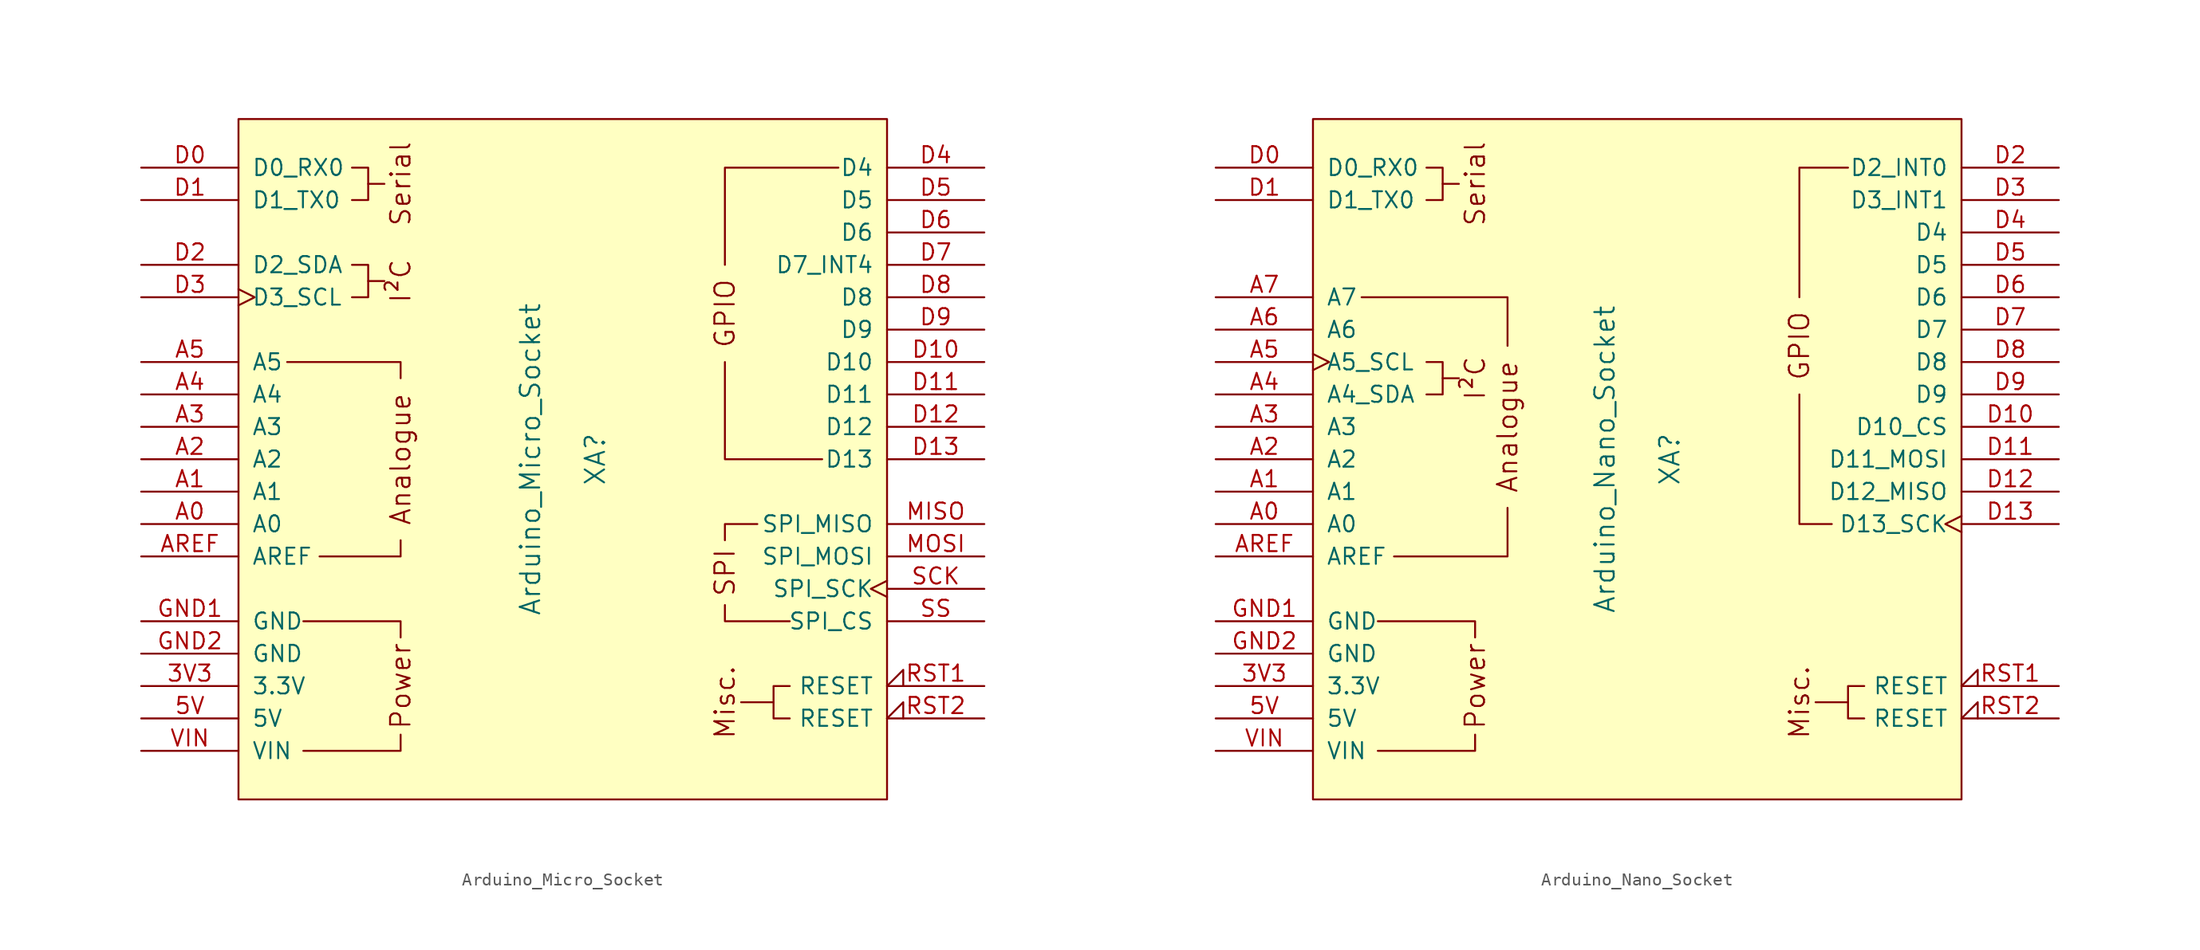
<source format=kicad_sym>
(kicad_symbol_lib
  (version 20211014)
  (generator kicad_symbol_editor)
  (symbol "Arduino_Micro_Socket"
    (pin_names
      (offset 1.016))
    (property "Reference" "XA"
      (at 2.54 0 90)
      (effects (font (size 1.524 1.524))))
    (property "Value" "Arduino_Micro_Socket"
      (at -2.54 0 90)
      (effects (font (size 1.524 1.524))))
    (symbol "Arduino_Micro_Socket_0_0"
      (rectangle (start -25.4 26.67) (end 25.4 -26.67) (stroke (width 0) (type default) (color 0 0 0 0)) (fill (type background)))
      (polyline (pts (xy -15.24 13.97) (xy -13.97 13.97)) (stroke (width 0) (type default) (color 0 0 0 0)) (fill (type none)))
      (polyline (pts (xy -15.24 21.59) (xy -13.97 21.59)) (stroke (width 0) (type default) (color 0 0 0 0)) (fill (type none)))
      (polyline (pts (xy 16.51 -19.05) (xy 13.97 -19.05)) (stroke (width 0) (type default) (color 0 0 0 0)) (fill (type none)))
      (polyline (pts (xy -20.32 -22.86) (xy -12.7 -22.86) (xy -12.7 -21.59)) (stroke (width 0) (type default) (color 0 0 0 0)) (fill (type none)))
      (polyline (pts (xy -12.7 -13.97) (xy -12.7 -12.7) (xy -20.32 -12.7)) (stroke (width 0) (type default) (color 0 0 0 0)) (fill (type none)))
      (polyline (pts (xy -12.7 -6.35) (xy -12.7 -7.62) (xy -19.05 -7.62)) (stroke (width 0) (type default) (color 0 0 0 0)) (fill (type none)))
      (polyline (pts (xy -12.7 6.35) (xy -12.7 7.62) (xy -21.59 7.62)) (stroke (width 0) (type default) (color 0 0 0 0)) (fill (type none)))
      (polyline (pts (xy 12.7 -11.43) (xy 12.7 -12.7) (xy 17.78 -12.7)) (stroke (width 0) (type default) (color 0 0 0 0)) (fill (type none)))
      (polyline (pts (xy 12.7 7.62) (xy 12.7 0) (xy 20.32 0)) (stroke (width 0) (type default) (color 0 0 0 0)) (fill (type none)))
      (polyline (pts (xy 15.24 -5.08) (xy 12.7 -5.08) (xy 12.7 -6.35)) (stroke (width 0) (type default) (color 0 0 0 0)) (fill (type none)))
      (polyline (pts (xy 21.59 22.86) (xy 12.7 22.86) (xy 12.7 15.24)) (stroke (width 0) (type default) (color 0 0 0 0)) (fill (type none)))
      (polyline (pts (xy -16.51 15.24) (xy -15.24 15.24) (xy -15.24 12.7) (xy -16.51 12.7)) (stroke (width 0) (type default) (color 0 0 0 0)) (fill (type none)))
      (polyline (pts (xy -16.51 22.86) (xy -15.24 22.86) (xy -15.24 20.32) (xy -16.51 20.32)) (stroke (width 0) (type default) (color 0 0 0 0)) (fill (type none)))
      (text "Analogue" (at -12.7 0 900) (effects (font (size 1.524 1.524))))
      (text "I²C" (at -12.7 13.97 900) (effects (font (size 1.524 1.524))))
      (text "Misc." (at 12.7 -19.05 900) (effects (font (size 1.524 1.524))))
      (text "Power" (at -12.7 -17.78 900) (effects (font (size 1.524 1.524))))
      (text "Serial" (at -12.7 21.59 900) (effects (font (size 1.524 1.524))))
      (text "SPI" (at 12.7 -8.89 900) (effects (font (size 1.524 1.524)))))
    (symbol "Arduino_Micro_Socket_0_1"
      (polyline (pts (xy 17.78 -17.78) (xy 16.51 -17.78) (xy 16.51 -20.32) (xy 17.78 -20.32)) (stroke (width 0) (type default) (color 0 0 0 0)) (fill (type none))))
    (symbol "Arduino_Micro_Socket_1_0"
      (text "GPIO" (at 12.7 11.43 900) (effects (font (size 1.524 1.524)))))
    (symbol "Arduino_Micro_Socket_1_1"
      (pin power_in line (at -33.02 -17.78 0) (length 7.62) (name "3.3V" (effects (font (size 1.27 1.27)))) (number "3V3" (effects (font (size 1.27 1.27)))))
      (pin power_in line (at -33.02 -20.32 0) (length 7.62) (name "5V" (effects (font (size 1.27 1.27)))) (number "5V" (effects (font (size 1.27 1.27)))))
      (pin bidirectional line (at -33.02 -5.08 0) (length 7.62) (name "A0" (effects (font (size 1.27 1.27)))) (number "A0" (effects (font (size 1.27 1.27)))))
      (pin bidirectional line (at -33.02 -2.54 0) (length 7.62) (name "A1" (effects (font (size 1.27 1.27)))) (number "A1" (effects (font (size 1.27 1.27)))))
      (pin bidirectional line (at -33.02 0 0) (length 7.62) (name "A2" (effects (font (size 1.27 1.27)))) (number "A2" (effects (font (size 1.27 1.27)))))
      (pin bidirectional line (at -33.02 2.54 0) (length 7.62) (name "A3" (effects (font (size 1.27 1.27)))) (number "A3" (effects (font (size 1.27 1.27)))))
      (pin bidirectional line (at -33.02 5.08 0) (length 7.62) (name "A4" (effects (font (size 1.27 1.27)))) (number "A4" (effects (font (size 1.27 1.27)))))
      (pin bidirectional line (at -33.02 7.62 0) (length 7.62) (name "A5" (effects (font (size 1.27 1.27)))) (number "A5" (effects (font (size 1.27 1.27)))))
      (pin input line (at -33.02 -7.62 0) (length 7.62) (name "AREF" (effects (font (size 1.27 1.27)))) (number "AREF" (effects (font (size 1.27 1.27)))))
      (pin bidirectional line (at -33.02 22.86 0) (length 7.62) (name "D0_RX0" (effects (font (size 1.27 1.27)))) (number "D0" (effects (font (size 1.27 1.27)))))
      (pin bidirectional line (at -33.02 20.32 0) (length 7.62) (name "D1_TX0" (effects (font (size 1.27 1.27)))) (number "D1" (effects (font (size 1.27 1.27)))))
      (pin bidirectional line (at 33.02 7.62 180) (length 7.62) (name "D10" (effects (font (size 1.27 1.27)))) (number "D10" (effects (font (size 1.27 1.27)))))
      (pin bidirectional line (at 33.02 5.08 180) (length 7.62) (name "D11" (effects (font (size 1.27 1.27)))) (number "D11" (effects (font (size 1.27 1.27)))))
      (pin bidirectional line (at 33.02 2.54 180) (length 7.62) (name "D12" (effects (font (size 1.27 1.27)))) (number "D12" (effects (font (size 1.27 1.27)))))
      (pin bidirectional line (at 33.02 0 180) (length 7.62) (name "D13" (effects (font (size 1.27 1.27)))) (number "D13" (effects (font (size 1.27 1.27)))))
      (pin bidirectional line (at -33.02 15.24 0) (length 7.62) (name "D2_SDA" (effects (font (size 1.27 1.27)))) (number "D2" (effects (font (size 1.27 1.27)))))
      (pin bidirectional clock (at -33.02 12.7 0) (length 7.62) (name "D3_SCL" (effects (font (size 1.27 1.27)))) (number "D3" (effects (font (size 1.27 1.27)))))
      (pin bidirectional line (at 33.02 22.86 180) (length 7.62) (name "D4" (effects (font (size 1.27 1.27)))) (number "D4" (effects (font (size 1.27 1.27)))))
      (pin bidirectional line (at 33.02 20.32 180) (length 7.62) (name "D5" (effects (font (size 1.27 1.27)))) (number "D5" (effects (font (size 1.27 1.27)))))
      (pin bidirectional line (at 33.02 17.78 180) (length 7.62) (name "D6" (effects (font (size 1.27 1.27)))) (number "D6" (effects (font (size 1.27 1.27)))))
      (pin bidirectional line (at 33.02 15.24 180) (length 7.62) (name "D7_INT4" (effects (font (size 1.27 1.27)))) (number "D7" (effects (font (size 1.27 1.27)))))
      (pin bidirectional line (at 33.02 12.7 180) (length 7.62) (name "D8" (effects (font (size 1.27 1.27)))) (number "D8" (effects (font (size 1.27 1.27)))))
      (pin bidirectional line (at 33.02 10.16 180) (length 7.62) (name "D9" (effects (font (size 1.27 1.27)))) (number "D9" (effects (font (size 1.27 1.27)))))
      (pin power_in line (at -33.02 -12.7 0) (length 7.62) (name "GND" (effects (font (size 1.27 1.27)))) (number "GND1" (effects (font (size 1.27 1.27)))))
      (pin power_in line (at -33.02 -15.24 0) (length 7.62) (name "GND" (effects (font (size 1.27 1.27)))) (number "GND2" (effects (font (size 1.27 1.27)))))
      (pin input line (at 33.02 -5.08 180) (length 7.62) (name "SPI_MISO" (effects (font (size 1.27 1.27)))) (number "MISO" (effects (font (size 1.27 1.27)))))
      (pin output line (at 33.02 -7.62 180) (length 7.62) (name "SPI_MOSI" (effects (font (size 1.27 1.27)))) (number "MOSI" (effects (font (size 1.27 1.27)))))
      (pin open_collector input_low (at 33.02 -17.78 180) (length 7.62) (name "RESET" (effects (font (size 1.27 1.27)))) (number "RST1" (effects (font (size 1.27 1.27)))))
      (pin open_collector input_low (at 33.02 -20.32 180) (length 7.62) (name "RESET" (effects (font (size 1.27 1.27)))) (number "RST2" (effects (font (size 1.27 1.27)))))
      (pin output clock (at 33.02 -10.16 180) (length 7.62) (name "SPI_SCK" (effects (font (size 1.27 1.27)))) (number "SCK" (effects (font (size 1.27 1.27)))))
      (pin bidirectional line (at 33.02 -12.7 180) (length 7.62) (name "SPI_CS" (effects (font (size 1.27 1.27)))) (number "SS" (effects (font (size 1.27 1.27)))))
      (pin power_in line (at -33.02 -22.86 0) (length 7.62) (name "VIN" (effects (font (size 1.27 1.27)))) (number "VIN" (effects (font (size 1.27 1.27)))))))
  (symbol "Arduino_Nano_Socket"
    (pin_names
      (offset 1.016))
    (property "Reference" "XA"
      (at 2.54 0 90)
      (effects (font (size 1.524 1.524))))
    (property "Value" "Arduino_Nano_Socket"
      (at -2.54 0 90)
      (effects (font (size 1.524 1.524))))
    (symbol "Arduino_Nano_Socket_0_0"
      (rectangle (start -25.4 26.67) (end 25.4 -26.67) (stroke (width 0) (type default) (color 0 0 0 0)) (fill (type background)))
      (polyline (pts (xy -15.24 6.35) (xy -13.97 6.35)) (stroke (width 0) (type default) (color 0 0 0 0)) (fill (type none)))
      (polyline (pts (xy -15.24 21.59) (xy -13.97 21.59)) (stroke (width 0) (type default) (color 0 0 0 0)) (fill (type none)))
      (polyline (pts (xy 16.51 -19.05) (xy 13.97 -19.05)) (stroke (width 0) (type default) (color 0 0 0 0)) (fill (type none)))
      (polyline (pts (xy -20.32 -22.86) (xy -12.7 -22.86) (xy -12.7 -21.59)) (stroke (width 0) (type default) (color 0 0 0 0)) (fill (type none)))
      (polyline (pts (xy -12.7 -13.97) (xy -12.7 -12.7) (xy -20.32 -12.7)) (stroke (width 0) (type default) (color 0 0 0 0)) (fill (type none)))
      (polyline (pts (xy -16.51 7.62) (xy -15.24 7.62) (xy -15.24 5.08) (xy -16.51 5.08)) (stroke (width 0) (type default) (color 0 0 0 0)) (fill (type none)))
      (polyline (pts (xy -16.51 22.86) (xy -15.24 22.86) (xy -15.24 20.32) (xy -16.51 20.32)) (stroke (width 0) (type default) (color 0 0 0 0)) (fill (type none)))
      (text "Analogue" (at -10.16 2.54 900) (effects (font (size 1.524 1.524))))
      (text "I²C" (at -12.7 6.35 900) (effects (font (size 1.524 1.524))))
      (text "Misc." (at 12.7 -19.05 900) (effects (font (size 1.524 1.524))))
      (text "Power" (at -12.7 -17.78 900) (effects (font (size 1.524 1.524))))
      (text "Serial" (at -12.7 21.59 900) (effects (font (size 1.524 1.524)))))
    (symbol "Arduino_Nano_Socket_0_1"
      (polyline (pts (xy -21.59 12.7) (xy -10.16 12.7) (xy -10.16 8.89)) (stroke (width 0) (type default) (color 0 0 0 0)) (fill (type none)))
      (polyline (pts (xy -19.05 -7.62) (xy -10.16 -7.62) (xy -10.16 -3.81)) (stroke (width 0) (type default) (color 0 0 0 0)) (fill (type none)))
      (polyline (pts (xy 15.24 -5.08) (xy 12.7 -5.08) (xy 12.7 5.08)) (stroke (width 0) (type default) (color 0 0 0 0)) (fill (type none)))
      (polyline (pts (xy 16.51 22.86) (xy 12.7 22.86) (xy 12.7 12.7)) (stroke (width 0) (type default) (color 0 0 0 0)) (fill (type none)))
      (polyline (pts (xy 17.78 -17.78) (xy 16.51 -17.78) (xy 16.51 -20.32) (xy 17.78 -20.32)) (stroke (width 0) (type default) (color 0 0 0 0)) (fill (type none))))
    (symbol "Arduino_Nano_Socket_1_0"
      (text "GPIO" (at 12.7 8.89 900) (effects (font (size 1.524 1.524)))))
    (symbol "Arduino_Nano_Socket_1_1"
      (pin power_in line (at -33.02 -17.78 0) (length 7.62) (name "3.3V" (effects (font (size 1.27 1.27)))) (number "3V3" (effects (font (size 1.27 1.27)))))
      (pin power_in line (at -33.02 -20.32 0) (length 7.62) (name "5V" (effects (font (size 1.27 1.27)))) (number "5V" (effects (font (size 1.27 1.27)))))
      (pin bidirectional line (at -33.02 -5.08 0) (length 7.62) (name "A0" (effects (font (size 1.27 1.27)))) (number "A0" (effects (font (size 1.27 1.27)))))
      (pin bidirectional line (at -33.02 -2.54 0) (length 7.62) (name "A1" (effects (font (size 1.27 1.27)))) (number "A1" (effects (font (size 1.27 1.27)))))
      (pin bidirectional line (at -33.02 0 0) (length 7.62) (name "A2" (effects (font (size 1.27 1.27)))) (number "A2" (effects (font (size 1.27 1.27)))))
      (pin bidirectional line (at -33.02 2.54 0) (length 7.62) (name "A3" (effects (font (size 1.27 1.27)))) (number "A3" (effects (font (size 1.27 1.27)))))
      (pin bidirectional line (at -33.02 5.08 0) (length 7.62) (name "A4_SDA" (effects (font (size 1.27 1.27)))) (number "A4" (effects (font (size 1.27 1.27)))))
      (pin bidirectional clock (at -33.02 7.62 0) (length 7.62) (name "A5_SCL" (effects (font (size 1.27 1.27)))) (number "A5" (effects (font (size 1.27 1.27)))))
      (pin input line (at -33.02 10.16 0) (length 7.62) (name "A6" (effects (font (size 1.27 1.27)))) (number "A6" (effects (font (size 1.27 1.27)))))
      (pin input line (at -33.02 12.7 0) (length 7.62) (name "A7" (effects (font (size 1.27 1.27)))) (number "A7" (effects (font (size 1.27 1.27)))))
      (pin input line (at -33.02 -7.62 0) (length 7.62) (name "AREF" (effects (font (size 1.27 1.27)))) (number "AREF" (effects (font (size 1.27 1.27)))))
      (pin bidirectional line (at -33.02 22.86 0) (length 7.62) (name "D0_RX0" (effects (font (size 1.27 1.27)))) (number "D0" (effects (font (size 1.27 1.27)))))
      (pin bidirectional line (at -33.02 20.32 0) (length 7.62) (name "D1_TX0" (effects (font (size 1.27 1.27)))) (number "D1" (effects (font (size 1.27 1.27)))))
      (pin bidirectional line (at 33.02 2.54 180) (length 7.62) (name "D10_CS" (effects (font (size 1.27 1.27)))) (number "D10" (effects (font (size 1.27 1.27)))))
      (pin bidirectional line (at 33.02 0 180) (length 7.62) (name "D11_MOSI" (effects (font (size 1.27 1.27)))) (number "D11" (effects (font (size 1.27 1.27)))))
      (pin bidirectional line (at 33.02 -2.54 180) (length 7.62) (name "D12_MISO" (effects (font (size 1.27 1.27)))) (number "D12" (effects (font (size 1.27 1.27)))))
      (pin bidirectional clock (at 33.02 -5.08 180) (length 7.62) (name "D13_SCK" (effects (font (size 1.27 1.27)))) (number "D13" (effects (font (size 1.27 1.27)))))
      (pin bidirectional line (at 33.02 22.86 180) (length 7.62) (name "D2_INT0" (effects (font (size 1.27 1.27)))) (number "D2" (effects (font (size 1.27 1.27)))))
      (pin bidirectional line (at 33.02 20.32 180) (length 7.62) (name "D3_INT1" (effects (font (size 1.27 1.27)))) (number "D3" (effects (font (size 1.27 1.27)))))
      (pin bidirectional line (at 33.02 17.78 180) (length 7.62) (name "D4" (effects (font (size 1.27 1.27)))) (number "D4" (effects (font (size 1.27 1.27)))))
      (pin bidirectional line (at 33.02 15.24 180) (length 7.62) (name "D5" (effects (font (size 1.27 1.27)))) (number "D5" (effects (font (size 1.27 1.27)))))
      (pin bidirectional line (at 33.02 12.7 180) (length 7.62) (name "D6" (effects (font (size 1.27 1.27)))) (number "D6" (effects (font (size 1.27 1.27)))))
      (pin bidirectional line (at 33.02 10.16 180) (length 7.62) (name "D7" (effects (font (size 1.27 1.27)))) (number "D7" (effects (font (size 1.27 1.27)))))
      (pin bidirectional line (at 33.02 7.62 180) (length 7.62) (name "D8" (effects (font (size 1.27 1.27)))) (number "D8" (effects (font (size 1.27 1.27)))))
      (pin bidirectional line (at 33.02 5.08 180) (length 7.62) (name "D9" (effects (font (size 1.27 1.27)))) (number "D9" (effects (font (size 1.27 1.27)))))
      (pin power_in line (at -33.02 -12.7 0) (length 7.62) (name "GND" (effects (font (size 1.27 1.27)))) (number "GND1" (effects (font (size 1.27 1.27)))))
      (pin power_in line (at -33.02 -15.24 0) (length 7.62) (name "GND" (effects (font (size 1.27 1.27)))) (number "GND2" (effects (font (size 1.27 1.27)))))
      (pin open_collector input_low (at 33.02 -17.78 180) (length 7.62) (name "RESET" (effects (font (size 1.27 1.27)))) (number "RST1" (effects (font (size 1.27 1.27)))))
      (pin open_collector input_low (at 33.02 -20.32 180) (length 7.62) (name "RESET" (effects (font (size 1.27 1.27)))) (number "RST2" (effects (font (size 1.27 1.27)))))
      (pin power_in line (at -33.02 -22.86 0) (length 7.62) (name "VIN" (effects (font (size 1.27 1.27)))) (number "VIN" (effects (font (size 1.27 1.27))))))))
</source>
